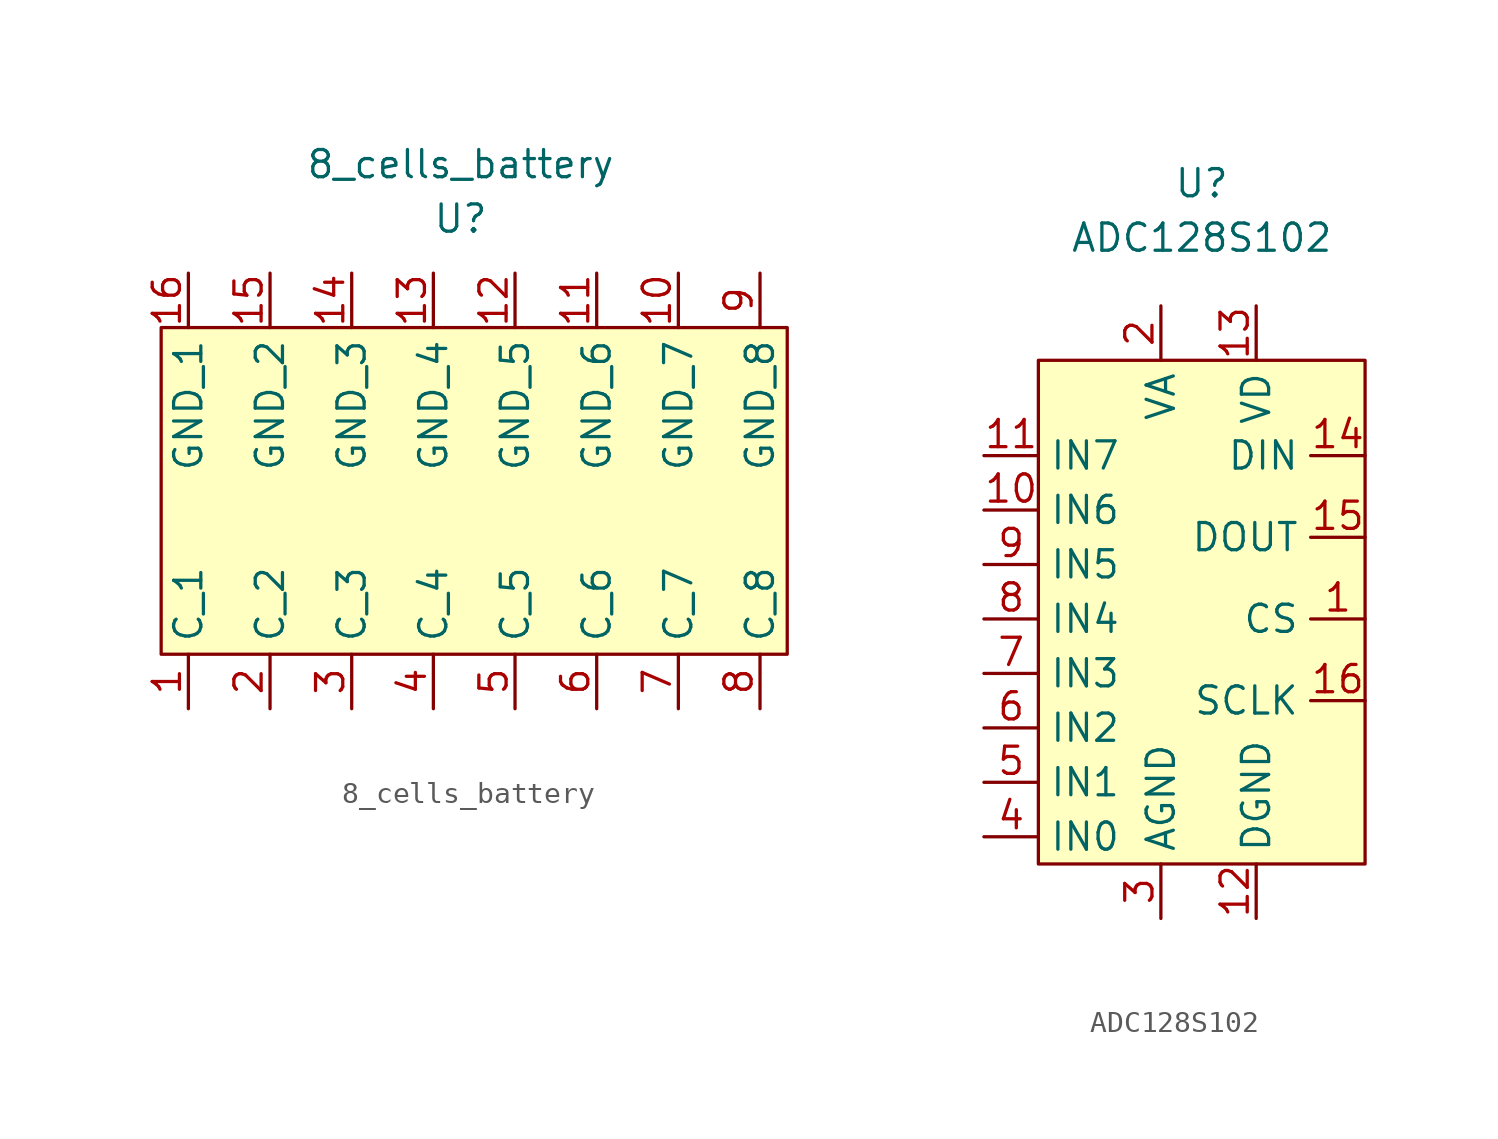
<source format=kicad_sym>
(kicad_symbol_lib
  (version 20211014)
  (generator kicad_symbol_editor)
  (symbol "8_cells_battery"
    (property "Reference" "U"
      (at 0 12.7 0)
      (effects (font (size 1.27 1.27))))
    (property "Value" "8_cells_battery"
      (at 0 15.24 0)
      (effects (font (size 1.27 1.27))))
    (symbol "8_cells_battery_0_1"
      (rectangle (start -13.97 7.62) (end 15.24 -7.62) (stroke (width 0) (type default) (color 0 0 0 0)) (fill (type background))))
    (symbol "8_cells_battery_1_1"
      (pin power_out line (at -12.7 -10.16 90) (length 2.54) (name "C_1" (effects (font (size 1.27 1.27)))) (number "1" (effects (font (size 1.27 1.27)))))
      (pin input line (at 10.16 10.16 270) (length 2.54) (name "GND_7" (effects (font (size 1.27 1.27)))) (number "10" (effects (font (size 1.27 1.27)))))
      (pin input line (at 6.35 10.16 270) (length 2.54) (name "GND_6" (effects (font (size 1.27 1.27)))) (number "11" (effects (font (size 1.27 1.27)))))
      (pin input line (at 2.54 10.16 270) (length 2.54) (name "GND_5" (effects (font (size 1.27 1.27)))) (number "12" (effects (font (size 1.27 1.27)))))
      (pin input line (at -1.27 10.16 270) (length 2.54) (name "GND_4" (effects (font (size 1.27 1.27)))) (number "13" (effects (font (size 1.27 1.27)))))
      (pin input line (at -5.08 10.16 270) (length 2.54) (name "GND_3" (effects (font (size 1.27 1.27)))) (number "14" (effects (font (size 1.27 1.27)))))
      (pin input line (at -8.89 10.16 270) (length 2.54) (name "GND_2" (effects (font (size 1.27 1.27)))) (number "15" (effects (font (size 1.27 1.27)))))
      (pin input line (at -12.7 10.16 270) (length 2.54) (name "GND_1" (effects (font (size 1.27 1.27)))) (number "16" (effects (font (size 1.27 1.27)))))
      (pin power_out line (at -8.89 -10.16 90) (length 2.54) (name "C_2" (effects (font (size 1.27 1.27)))) (number "2" (effects (font (size 1.27 1.27)))))
      (pin power_out line (at -5.08 -10.16 90) (length 2.54) (name "C_3" (effects (font (size 1.27 1.27)))) (number "3" (effects (font (size 1.27 1.27)))))
      (pin power_out line (at -1.27 -10.16 90) (length 2.54) (name "C_4" (effects (font (size 1.27 1.27)))) (number "4" (effects (font (size 1.27 1.27)))))
      (pin power_out line (at 2.54 -10.16 90) (length 2.54) (name "C_5" (effects (font (size 1.27 1.27)))) (number "5" (effects (font (size 1.27 1.27)))))
      (pin power_out line (at 6.35 -10.16 90) (length 2.54) (name "C_6" (effects (font (size 1.27 1.27)))) (number "6" (effects (font (size 1.27 1.27)))))
      (pin power_out line (at 10.16 -10.16 90) (length 2.54) (name "C_7" (effects (font (size 1.27 1.27)))) (number "7" (effects (font (size 1.27 1.27)))))
      (pin power_out line (at 13.97 -10.16 90) (length 2.54) (name "C_8" (effects (font (size 1.27 1.27)))) (number "8" (effects (font (size 1.27 1.27)))))
      (pin input line (at 13.97 10.16 270) (length 2.54) (name "GND_8" (effects (font (size 1.27 1.27)))) (number "9" (effects (font (size 1.27 1.27)))))))
  (symbol "ADC128S102"
    (property "Reference" "U"
      (at 0 19.05 0)
      (effects (font (size 1.27 1.27))))
    (property "Value" "ADC128S102"
      (at 0 16.51 0)
      (effects (font (size 1.27 1.27))))
    (symbol "ADC128S102_0_1"
      (rectangle (start -7.62 10.795) (end 7.62 -12.7) (stroke (width 0) (type default) (color 0 0 0 0)) (fill (type background))))
    (symbol "ADC128S102_1_1"
      (pin input line (at 7.62 -1.27 180) (length 2.54) (name "CS" (effects (font (size 1.27 1.27)))) (number "1" (effects (font (size 1.27 1.27)))))
      (pin input line (at -10.16 3.81 0) (length 2.54) (name "IN6" (effects (font (size 1.27 1.27)))) (number "10" (effects (font (size 1.27 1.27)))))
      (pin input line (at -10.16 6.35 0) (length 2.54) (name "IN7" (effects (font (size 1.27 1.27)))) (number "11" (effects (font (size 1.27 1.27)))))
      (pin input line (at 2.54 -15.24 90) (length 2.54) (name "DGND" (effects (font (size 1.27 1.27)))) (number "12" (effects (font (size 1.27 1.27)))))
      (pin input line (at 2.54 13.335 270) (length 2.54) (name "VD" (effects (font (size 1.27 1.27)))) (number "13" (effects (font (size 1.27 1.27)))))
      (pin input line (at 7.62 6.35 180) (length 2.54) (name "DIN" (effects (font (size 1.27 1.27)))) (number "14" (effects (font (size 1.27 1.27)))))
      (pin input line (at 7.62 2.54 180) (length 2.54) (name "DOUT" (effects (font (size 1.27 1.27)))) (number "15" (effects (font (size 1.27 1.27)))))
      (pin input line (at 7.62 -5.08 180) (length 2.54) (name "SCLK" (effects (font (size 1.27 1.27)))) (number "16" (effects (font (size 1.27 1.27)))))
      (pin input line (at -1.905 13.335 270) (length 2.54) (name "VA" (effects (font (size 1.27 1.27)))) (number "2" (effects (font (size 1.27 1.27)))))
      (pin input line (at -1.905 -15.24 90) (length 2.54) (name "AGND" (effects (font (size 1.27 1.27)))) (number "3" (effects (font (size 1.27 1.27)))))
      (pin input line (at -10.16 -11.43 0) (length 2.54) (name "IN0" (effects (font (size 1.27 1.27)))) (number "4" (effects (font (size 1.27 1.27)))))
      (pin input line (at -10.16 -8.89 0) (length 2.54) (name "IN1" (effects (font (size 1.27 1.27)))) (number "5" (effects (font (size 1.27 1.27)))))
      (pin input line (at -10.16 -6.35 0) (length 2.54) (name "IN2" (effects (font (size 1.27 1.27)))) (number "6" (effects (font (size 1.27 1.27)))))
      (pin input line (at -10.16 -3.81 0) (length 2.54) (name "IN3" (effects (font (size 1.27 1.27)))) (number "7" (effects (font (size 1.27 1.27)))))
      (pin input line (at -10.16 -1.27 0) (length 2.54) (name "IN4" (effects (font (size 1.27 1.27)))) (number "8" (effects (font (size 1.27 1.27)))))
      (pin input line (at -10.16 1.27 0) (length 2.54) (name "IN5" (effects (font (size 1.27 1.27)))) (number "9" (effects (font (size 1.27 1.27))))))))
</source>
